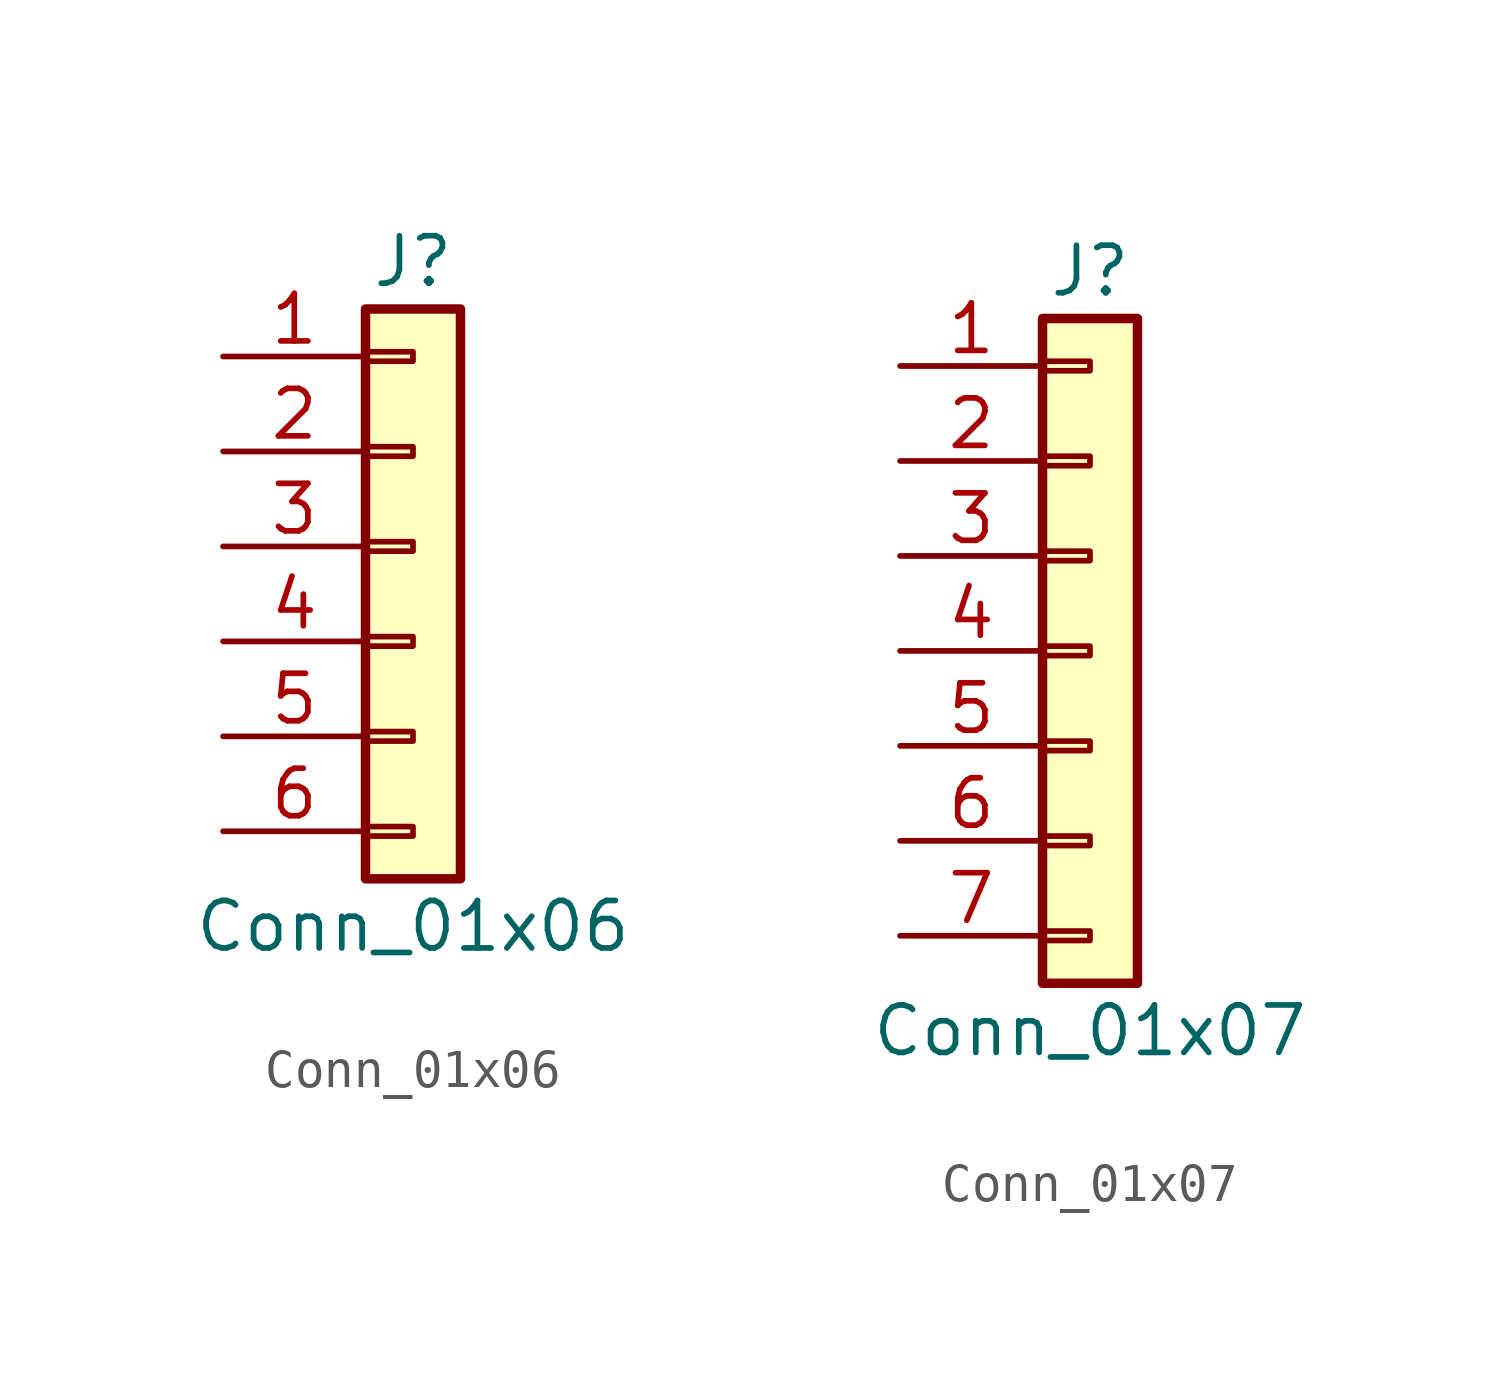
<source format=kicad_sym>
(kicad_symbol_lib
  (version 20241209)
  (generator "kicad_symbol_editor")
  (generator_version "9.0")
  (symbol "Conn_01x06"
    (pin_names
      (offset 1.016)
      (hide yes))
    (property "Reference" "J"
      (at 0 7.62 0)
      (effects (font (size 1.27 1.27))))
    (property "Value" "Conn_01x06"
      (at 0 -10.16 0)
      (effects (font (size 1.27 1.27))))
    (symbol "Conn_01x06_1_1"
      (rectangle (start -1.27 6.35) (end 1.27 -8.89) (stroke (width 0.254) (type default)) (fill (type background)))
      (rectangle (start -1.27 5.207) (end 0 4.953) (stroke (width 0.152) (type default)) (fill (type none)))
      (rectangle (start -1.27 2.667) (end 0 2.413) (stroke (width 0.152) (type default)) (fill (type none)))
      (rectangle (start -1.27 0.127) (end 0 -0.127) (stroke (width 0.152) (type default)) (fill (type none)))
      (rectangle (start -1.27 -2.413) (end 0 -2.667) (stroke (width 0.152) (type default)) (fill (type none)))
      (rectangle (start -1.27 -4.953) (end 0 -5.207) (stroke (width 0.152) (type default)) (fill (type none)))
      (rectangle (start -1.27 -7.493) (end 0 -7.747) (stroke (width 0.152) (type default)) (fill (type none)))
      (pin passive line (at -5.08 5.08 0) (length 3.81) (name "Pin_1" (effects (font (size 1.27 1.27)))) (number "1" (effects (font (size 1.27 1.27)))))
      (pin passive line (at -5.08 2.54 0) (length 3.81) (name "Pin_2" (effects (font (size 1.27 1.27)))) (number "2" (effects (font (size 1.27 1.27)))))
      (pin passive line (at -5.08 0 0) (length 3.81) (name "Pin_3" (effects (font (size 1.27 1.27)))) (number "3" (effects (font (size 1.27 1.27)))))
      (pin passive line (at -5.08 -2.54 0) (length 3.81) (name "Pin_4" (effects (font (size 1.27 1.27)))) (number "4" (effects (font (size 1.27 1.27)))))
      (pin passive line (at -5.08 -5.08 0) (length 3.81) (name "Pin_5" (effects (font (size 1.27 1.27)))) (number "5" (effects (font (size 1.27 1.27)))))
      (pin passive line (at -5.08 -7.62 0) (length 3.81) (name "Pin_6" (effects (font (size 1.27 1.27)))) (number "6" (effects (font (size 1.27 1.27)))))))
  (symbol "Conn_01x07"
    (pin_names
      (offset 1.016)
      (hide yes))
    (property "Reference" "J"
      (at 0 10.16 0)
      (effects (font (size 1.27 1.27))))
    (property "Value" "Conn_01x07"
      (at 0 -10.16 0)
      (effects (font (size 1.27 1.27))))
    (symbol "Conn_01x07_1_1"
      (rectangle (start -1.27 8.89) (end 1.27 -8.89) (stroke (width 0.254) (type default)) (fill (type background)))
      (rectangle (start -1.27 7.747) (end 0 7.493) (stroke (width 0.152) (type default)) (fill (type none)))
      (rectangle (start -1.27 5.207) (end 0 4.953) (stroke (width 0.152) (type default)) (fill (type none)))
      (rectangle (start -1.27 2.667) (end 0 2.413) (stroke (width 0.152) (type default)) (fill (type none)))
      (rectangle (start -1.27 0.127) (end 0 -0.127) (stroke (width 0.152) (type default)) (fill (type none)))
      (rectangle (start -1.27 -2.413) (end 0 -2.667) (stroke (width 0.152) (type default)) (fill (type none)))
      (rectangle (start -1.27 -4.953) (end 0 -5.207) (stroke (width 0.152) (type default)) (fill (type none)))
      (rectangle (start -1.27 -7.493) (end 0 -7.747) (stroke (width 0.152) (type default)) (fill (type none)))
      (pin passive line (at -5.08 7.62 0) (length 3.81) (name "Pin_1" (effects (font (size 1.27 1.27)))) (number "1" (effects (font (size 1.27 1.27)))))
      (pin passive line (at -5.08 5.08 0) (length 3.81) (name "Pin_2" (effects (font (size 1.27 1.27)))) (number "2" (effects (font (size 1.27 1.27)))))
      (pin passive line (at -5.08 2.54 0) (length 3.81) (name "Pin_3" (effects (font (size 1.27 1.27)))) (number "3" (effects (font (size 1.27 1.27)))))
      (pin passive line (at -5.08 0 0) (length 3.81) (name "Pin_4" (effects (font (size 1.27 1.27)))) (number "4" (effects (font (size 1.27 1.27)))))
      (pin passive line (at -5.08 -2.54 0) (length 3.81) (name "Pin_5" (effects (font (size 1.27 1.27)))) (number "5" (effects (font (size 1.27 1.27)))))
      (pin passive line (at -5.08 -5.08 0) (length 3.81) (name "Pin_6" (effects (font (size 1.27 1.27)))) (number "6" (effects (font (size 1.27 1.27)))))
      (pin passive line (at -5.08 -7.62 0) (length 3.81) (name "Pin_7" (effects (font (size 1.27 1.27)))) (number "7" (effects (font (size 1.27 1.27))))))))
</source>
